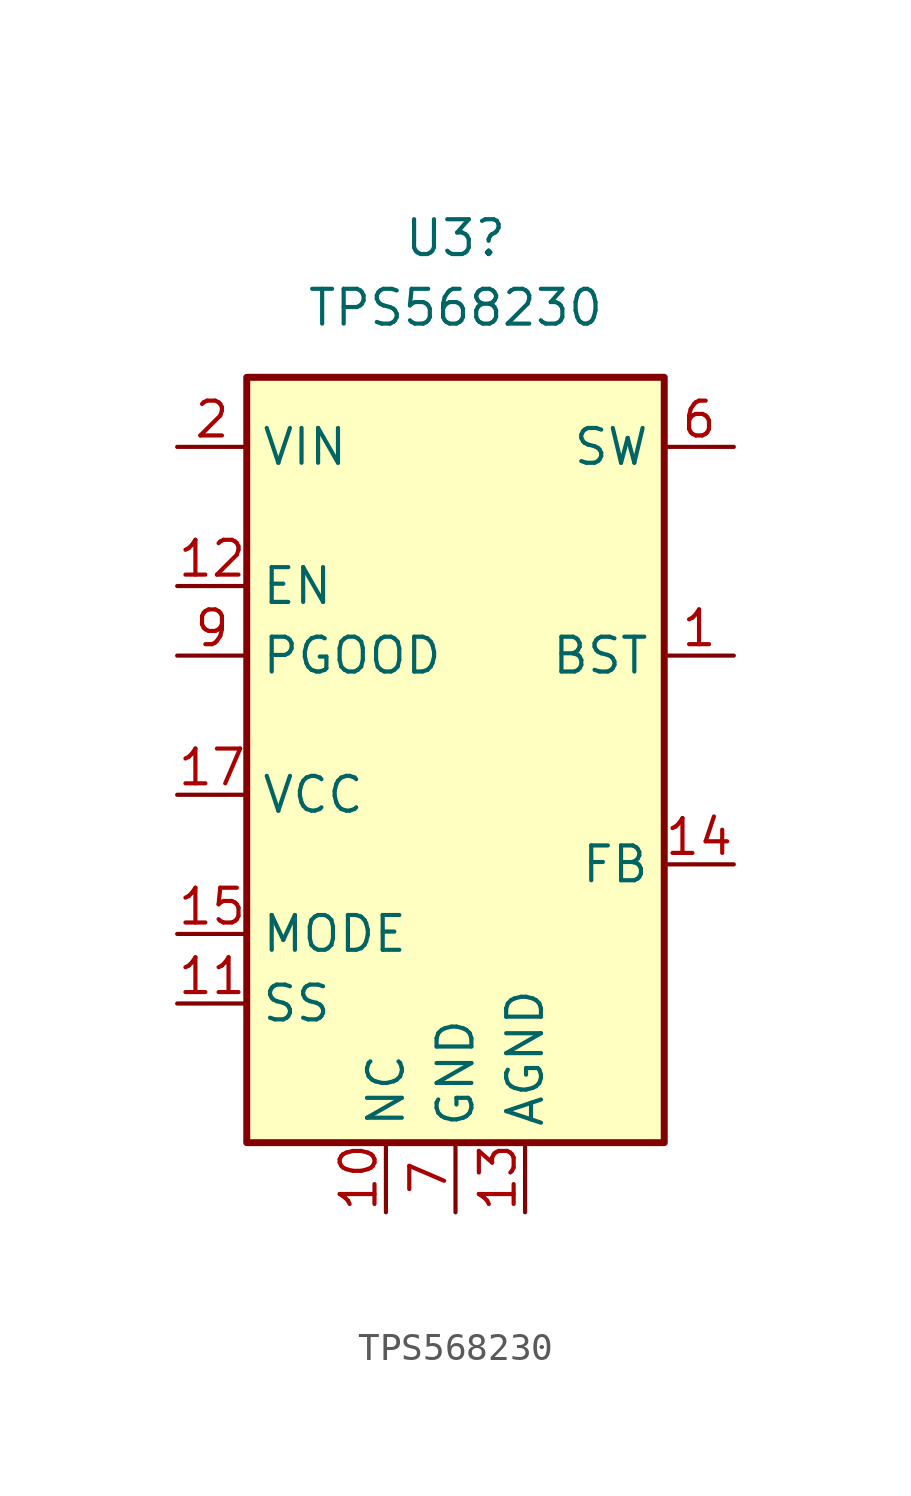
<source format=kicad_sym>
(kicad_symbol_lib
  (version 20241209)
  (generator "kicad_symbol_editor")
  (generator_version "9.0")
  (symbol "TPS568230"
    (property "Reference" "U3"
      (at 0 17.78 0)
      (effects (font (size 1.27 1.27))))
    (property "Value" "TPS568230"
      (at 0 15.24 0)
      (effects (font (size 1.27 1.27))))
    (symbol "TPS568230_0_0"
      (pin power_in line (at -10.16 10.16 0) (length 2.54) (name "VIN" (effects (font (size 1.27 1.27)))) (number "2" (effects (font (size 1.27 1.27)))))
      (pin input line (at -10.16 5.08 0) (length 2.54) (name "EN" (effects (font (size 1.27 1.27)))) (number "12" (effects (font (size 1.27 1.27)))))
      (pin open_collector line (at -10.16 2.54 0) (length 2.54) (name "PGOOD" (effects (font (size 1.27 1.27)))) (number "9" (effects (font (size 1.27 1.27)))))
      (pin input line (at -10.16 -7.62 0) (length 2.54) (name "MODE" (effects (font (size 1.27 1.27)))) (number "15" (effects (font (size 1.27 1.27)))))
      (pin power_in line (at 0 -17.78 90) (length 2.54) (name "GND" (effects (font (size 1.27 1.27)))) (number "7" (effects (font (size 1.27 1.27)))))
      (pin input line (at 10.16 -5.08 180) (length 2.54) (name "FB" (effects (font (size 1.27 1.27)))) (number "14" (effects (font (size 1.27 1.27))))))
    (symbol "TPS568230_1_0"
      (pin passive line (at -10.16 10.16 0) (length 2.54) (hide yes) (name "VIN" (effects (font (size 1.27 1.27)))) (number "3" (effects (font (size 1.27 1.27)))))
      (pin passive line (at -10.16 10.16 0) (length 2.54) (hide yes) (name "VIN" (effects (font (size 1.27 1.27)))) (number "4" (effects (font (size 1.27 1.27)))))
      (pin passive line (at -10.16 10.16 0) (length 2.54) (hide yes) (name "VIN" (effects (font (size 1.27 1.27)))) (number "5" (effects (font (size 1.27 1.27)))))
      (pin power_out line (at -10.16 -2.54 0) (length 2.54) (name "VCC" (effects (font (size 1.27 1.27)))) (number "17" (effects (font (size 1.27 1.27)))))
      (pin passive line (at -10.16 -10.16 0) (length 2.54) (name "SS" (effects (font (size 1.27 1.27)))) (number "11" (effects (font (size 1.27 1.27)))))
      (pin passive line (at -2.54 -17.78 90) (length 2.54) (name "NC" (effects (font (size 1.27 1.27)))) (number "10" (effects (font (size 1.27 1.27)))))
      (pin passive line (at -2.54 -17.78 90) (length 2.54) (hide yes) (name "NC" (effects (font (size 1.27 1.27)))) (number "16" (effects (font (size 1.27 1.27)))))
      (pin passive line (at 0 -17.78 90) (length 2.54) (hide yes) (name "GND" (effects (font (size 1.27 1.27)))) (number "18" (effects (font (size 1.27 1.27)))))
      (pin passive line (at 0 -17.78 90) (length 2.54) (hide yes) (name "GND" (effects (font (size 1.27 1.27)))) (number "21" (effects (font (size 1.27 1.27)))))
      (pin passive line (at 0 -17.78 90) (length 2.54) (hide yes) (name "GND" (effects (font (size 1.27 1.27)))) (number "8" (effects (font (size 1.27 1.27)))))
      (pin power_in line (at 2.54 -17.78 90) (length 2.54) (name "AGND" (effects (font (size 1.27 1.27)))) (number "13" (effects (font (size 1.27 1.27)))))
      (pin passive line (at 10.16 10.16 180) (length 2.54) (hide yes) (name "SW" (effects (font (size 1.27 1.27)))) (number "19" (effects (font (size 1.27 1.27)))))
      (pin passive line (at 10.16 10.16 180) (length 2.54) (hide yes) (name "SW" (effects (font (size 1.27 1.27)))) (number "20" (effects (font (size 1.27 1.27)))))
      (pin power_out line (at 10.16 10.16 180) (length 2.54) (name "SW" (effects (font (size 1.27 1.27)))) (number "6" (effects (font (size 1.27 1.27)))))
      (pin passive line (at 10.16 2.54 180) (length 2.54) (name "BST" (effects (font (size 1.27 1.27)))) (number "1" (effects (font (size 1.27 1.27))))))
    (symbol "TPS568230_1_1"
      (rectangle (start -7.62 12.7) (end 7.62 -15.24) (stroke (width 0.254) (type solid)) (fill (type background))))))
</source>
